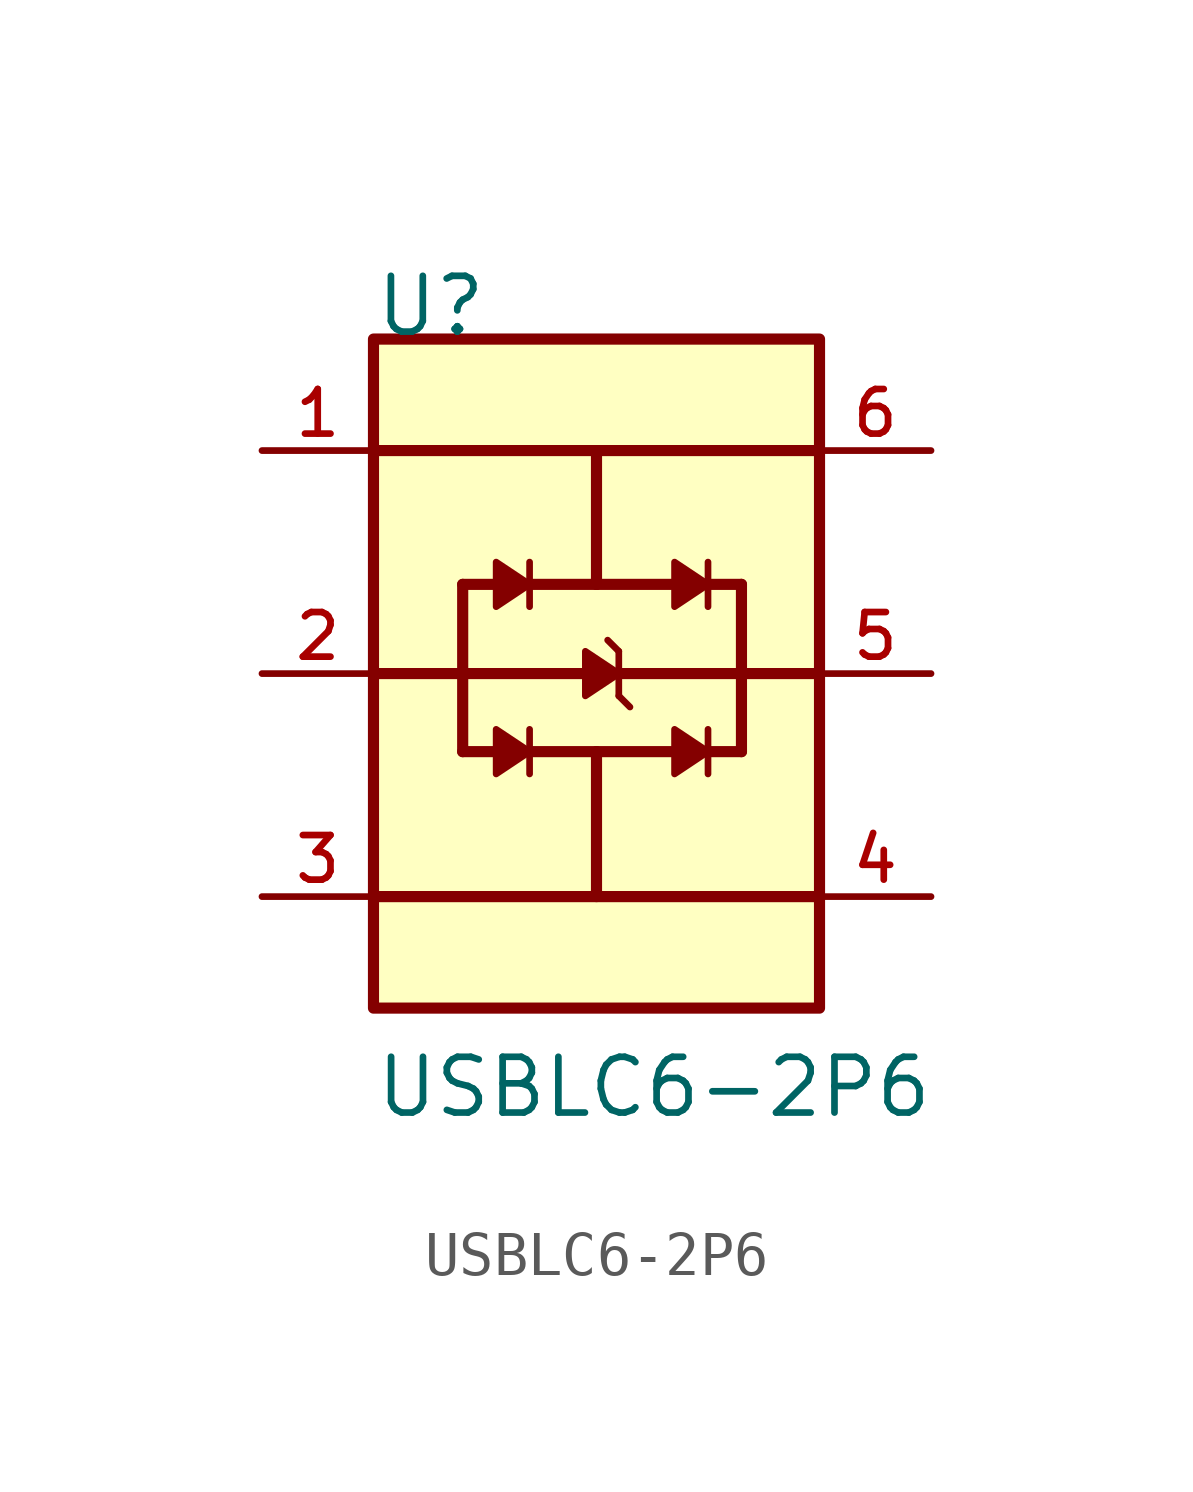
<source format=kicad_sym>
(kicad_symbol_lib
  (version 20211014)
  (generator kicad_symbol_editor)
  (symbol "USBLC6-2P6"
    (pin_names
      (offset 1.016))
    (property "Reference" "U"
      (at -5.085 7.627 0)
      (effects (font (size 1.27 1.27)) (justify bottom left)))
    (property "Value" "USBLC6-2P6"
      (at -5.081 -10.162 0)
      (effects (font (size 1.27 1.27)) (justify bottom left)))
    (symbol "USBLC6-2P6_0_0"
      (polyline (pts (xy -3.048 -1.778) (xy -3.048 0.0)) (stroke (width 0.254)))
      (polyline (pts (xy -3.048 0.0) (xy -3.048 2.032)) (stroke (width 0.254)))
      (polyline (pts (xy 3.302 2.032) (xy 3.302 -1.778)) (stroke (width 0.254)))
      (polyline (pts (xy 5.08 0.0) (xy 0.508 0.0)) (stroke (width 0.254)))
      (polyline (pts (xy 0.508 0.0) (xy -3.048 0.0)) (stroke (width 0.254)))
      (polyline (pts (xy 0.762 -0.762) (xy 0.508 -0.508)) (stroke (width 0.152)))
      (polyline (pts (xy 0.508 -0.508) (xy 0.508 0.0)) (stroke (width 0.152)))
      (polyline (pts (xy 0.508 0.0) (xy 0.508 0.508)) (stroke (width 0.152)))
      (polyline (pts (xy 0.508 0.508) (xy 0.254 0.762)) (stroke (width 0.152)))
      (polyline (pts (xy 0.508 0.0) (xy -0.254 0.508) (xy -0.254 -0.508) (xy 0.508 0.0)) (stroke (width 0.152)) (fill (type outline)))
      (polyline (pts (xy -1.524 2.032) (xy -3.048 2.032)) (stroke (width 0.254)))
      (polyline (pts (xy -1.524 1.524) (xy -1.524 2.032)) (stroke (width 0.152)))
      (polyline (pts (xy -1.524 2.032) (xy -1.524 2.54)) (stroke (width 0.152)))
      (polyline (pts (xy -1.524 2.032) (xy -2.286 2.54) (xy -2.286 1.524) (xy -1.524 2.032)) (stroke (width 0.152)) (fill (type outline)))
      (polyline (pts (xy 3.302 2.032) (xy 2.54 2.032)) (stroke (width 0.254)))
      (polyline (pts (xy 2.54 2.032) (xy 0.0 2.032)) (stroke (width 0.254)))
      (polyline (pts (xy 0.0 2.032) (xy -1.524 2.032)) (stroke (width 0.254)))
      (polyline (pts (xy 2.54 1.524) (xy 2.54 2.032)) (stroke (width 0.152)))
      (polyline (pts (xy 2.54 2.032) (xy 2.54 2.54)) (stroke (width 0.152)))
      (polyline (pts (xy 2.54 2.032) (xy 1.778 2.54) (xy 1.778 1.524) (xy 2.54 2.032)) (stroke (width 0.152)) (fill (type outline)))
      (polyline (pts (xy -1.524 -1.778) (xy -3.048 -1.778)) (stroke (width 0.254)))
      (polyline (pts (xy -1.524 -2.286) (xy -1.524 -1.778)) (stroke (width 0.152)))
      (polyline (pts (xy -1.524 -1.778) (xy -1.524 -1.27)) (stroke (width 0.152)))
      (polyline (pts (xy -1.524 -1.778) (xy -2.286 -1.27) (xy -2.286 -2.286) (xy -1.524 -1.778)) (stroke (width 0.152)) (fill (type outline)))
      (polyline (pts (xy 3.302 -1.778) (xy 2.54 -1.778)) (stroke (width 0.254)))
      (polyline (pts (xy 2.54 -1.778) (xy 0.0 -1.778)) (stroke (width 0.254)))
      (polyline (pts (xy 0.0 -1.778) (xy -1.524 -1.778)) (stroke (width 0.254)))
      (polyline (pts (xy 2.54 -2.286) (xy 2.54 -1.778)) (stroke (width 0.152)))
      (polyline (pts (xy 2.54 -1.778) (xy 2.54 -1.27)) (stroke (width 0.152)))
      (polyline (pts (xy 2.54 -1.778) (xy 1.778 -1.27) (xy 1.778 -2.286) (xy 2.54 -1.778)) (stroke (width 0.152)) (fill (type outline)))
      (polyline (pts (xy -3.048 0.0) (xy -5.08 0.0)) (stroke (width 0.254)))
      (polyline (pts (xy -5.08 5.08) (xy 5.08 5.08)) (stroke (width 0.254)))
      (polyline (pts (xy 0.0 2.032) (xy 0.0 5.08)) (stroke (width 0.254)))
      (polyline (pts (xy -5.08 -5.08) (xy 5.08 -5.08)) (stroke (width 0.254)))
      (polyline (pts (xy 0.0 -1.778) (xy 0.0 -5.08)) (stroke (width 0.254)))
      (rectangle (start -5.08 -7.62) (end 5.08 7.62) (stroke (width 0.254)) (fill (type background)))
      (pin bidirectional line (at -7.62 5.08 0) (length 2.54) (name "~" (effects (font (size 1.016 1.016)))) (number "1" (effects (font (size 1.016 1.016)))))
      (pin power_in line (at -7.62 0.0 0) (length 2.54) (name "~" (effects (font (size 1.016 1.016)))) (number "2" (effects (font (size 1.016 1.016)))))
      (pin bidirectional line (at -7.62 -5.08 0) (length 2.54) (name "~" (effects (font (size 1.016 1.016)))) (number "3" (effects (font (size 1.016 1.016)))))
      (pin power_in line (at 7.62 0.0 180.0) (length 2.54) (name "~" (effects (font (size 1.016 1.016)))) (number "5" (effects (font (size 1.016 1.016)))))
      (pin bidirectional line (at 7.62 5.08 180.0) (length 2.54) (name "~" (effects (font (size 1.016 1.016)))) (number "6" (effects (font (size 1.016 1.016)))))
      (pin bidirectional line (at 7.62 -5.08 180.0) (length 2.54) (name "~" (effects (font (size 1.016 1.016)))) (number "4" (effects (font (size 1.016 1.016))))))))
</source>
